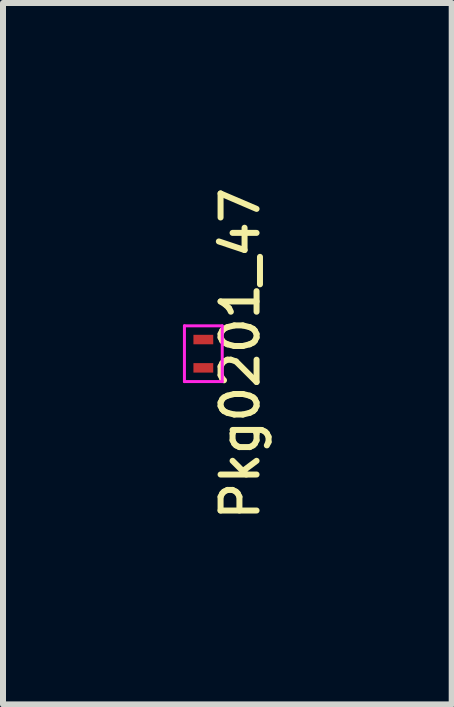
<source format=kicad_pcb>
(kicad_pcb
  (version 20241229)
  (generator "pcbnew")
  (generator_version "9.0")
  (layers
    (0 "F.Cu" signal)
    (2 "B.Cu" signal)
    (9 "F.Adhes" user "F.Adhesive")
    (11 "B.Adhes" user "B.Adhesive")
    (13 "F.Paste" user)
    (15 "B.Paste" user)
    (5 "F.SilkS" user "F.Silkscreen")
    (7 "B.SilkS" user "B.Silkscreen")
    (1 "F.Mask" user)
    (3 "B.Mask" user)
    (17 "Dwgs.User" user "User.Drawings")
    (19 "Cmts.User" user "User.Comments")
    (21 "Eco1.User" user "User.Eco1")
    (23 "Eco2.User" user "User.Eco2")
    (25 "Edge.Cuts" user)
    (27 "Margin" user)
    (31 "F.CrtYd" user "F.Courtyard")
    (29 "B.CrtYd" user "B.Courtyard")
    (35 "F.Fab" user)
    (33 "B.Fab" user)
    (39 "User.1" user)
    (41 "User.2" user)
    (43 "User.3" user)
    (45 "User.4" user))
  (footprint "Pkg0201_47"
    (layer "F.Cu")
    (at 0.34 2.847)
    (property "Reference" "Pkg0201_47" (at 0.615 0 90) (layer "F.SilkS") (effects (font (size 0.6 0.6) (thickness 0.1))))
    (fp_line (start -0.315 -0.465) (end -0.315 0.465) (stroke (width 0.05) (type solid)) (layer "F.CrtYd"))
    (fp_line (start -0.315 0.465) (end 0.315 0.465) (stroke (width 0.05) (type solid)) (layer "F.CrtYd"))
    (fp_line (start 0.315 -0.465) (end -0.315 -0.465) (stroke (width 0.05) (type solid)) (layer "F.CrtYd"))
    (fp_line (start 0.315 0.465) (end 0.315 -0.465) (stroke (width 0.05) (type solid)) (layer "F.CrtYd"))
    (pad "1" smd rect (at 0 -0.236) (size 0.33 0.158) (layers "F.Cu" "F.Mask" "F.Paste"))
    (pad "2" smd rect (at 0 0.236) (size 0.33 0.158) (layers "F.Cu" "F.Mask" "F.Paste")))
  (gr_rect
    (start -3 -3)
    (end 4.481 8.694)
    (stroke (width 0.1) (type default))
    (fill no)
    (layer "Edge.Cuts")))
</source>
